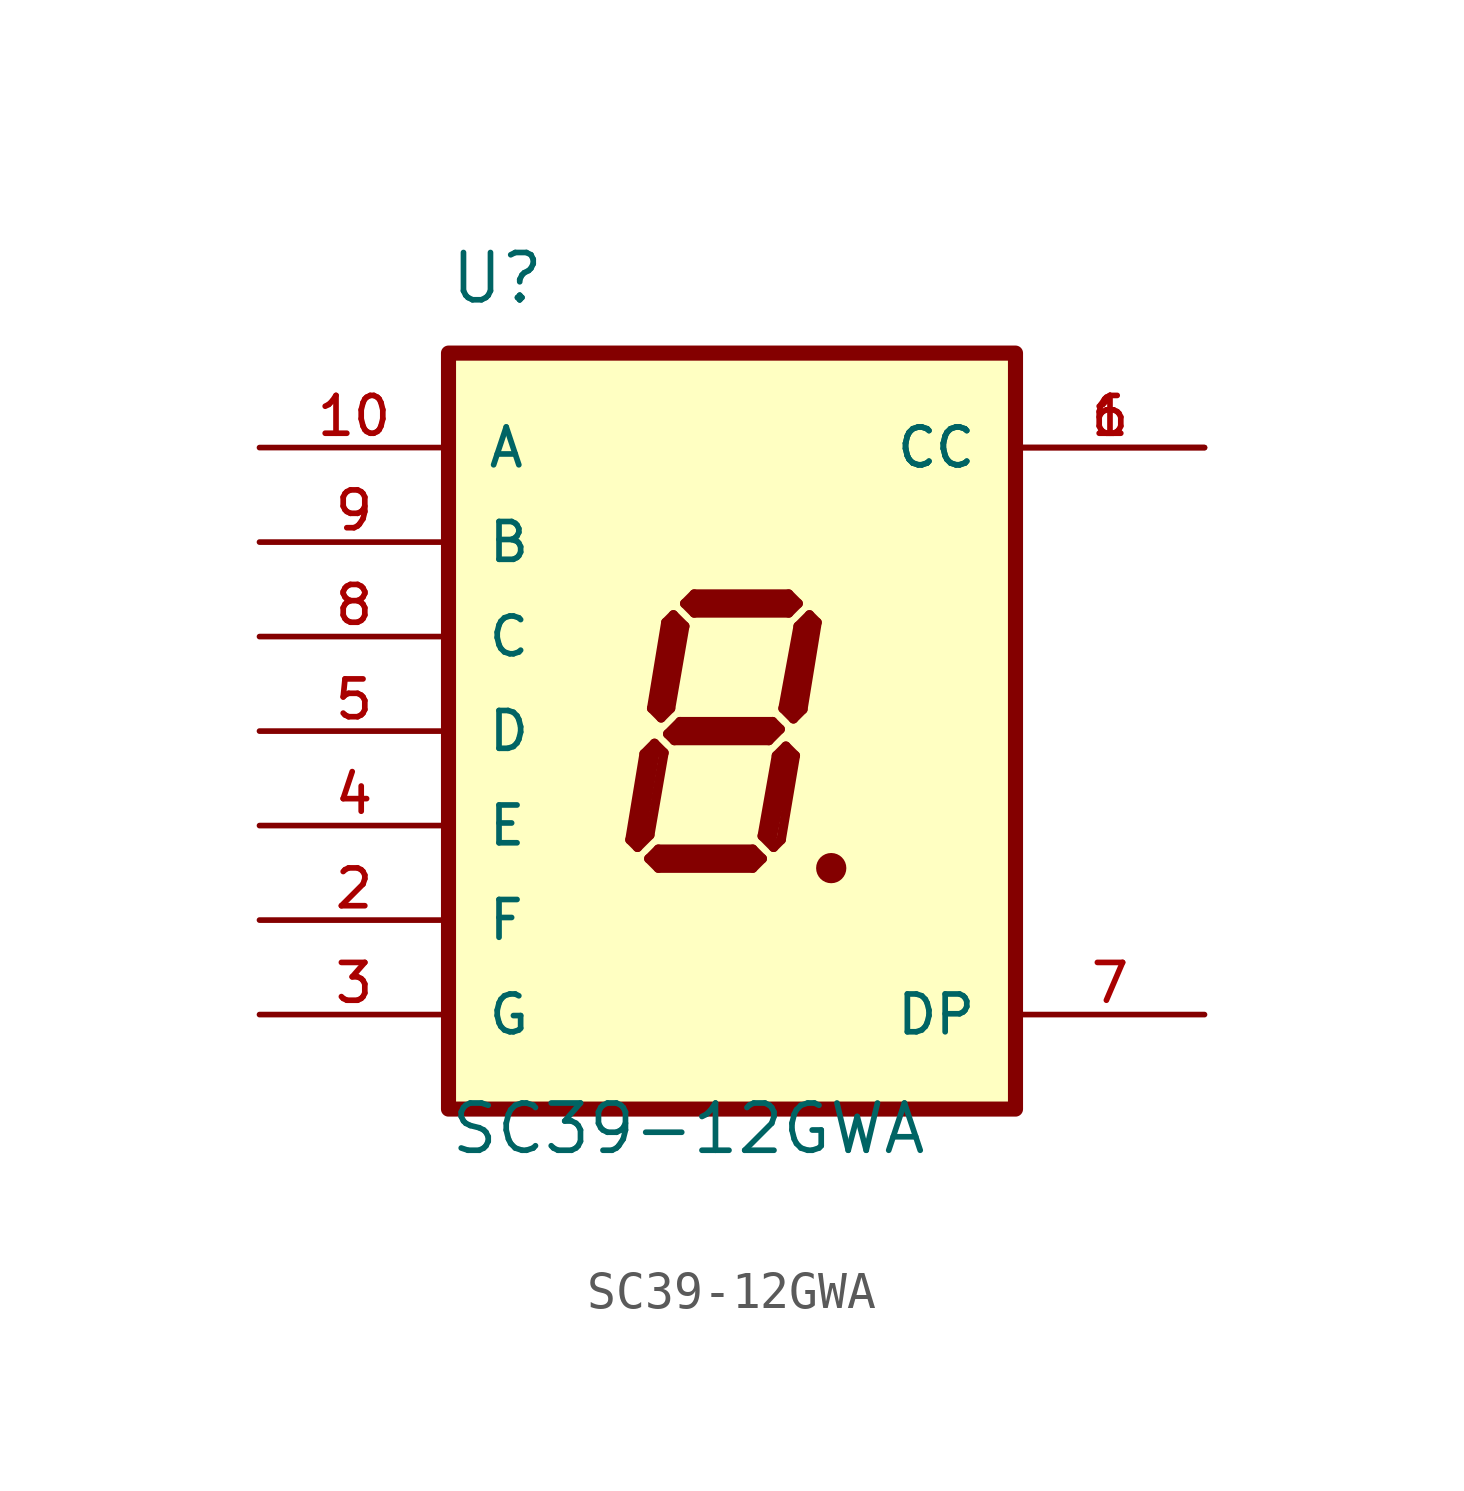
<source format=kicad_sym>
(kicad_symbol_lib
  (version 20211014)
  (generator kicad_symbol_editor)
  (symbol "SC39-12GWA"
    (pin_names
      (offset 1.016))
    (property "Reference" "U"
      (at -7.62 11.43 0)
      (effects (font (size 1.27 1.27)) (justify left bottom)))
    (property "Value" "SC39-12GWA"
      (at -7.62 -11.43 0)
      (effects (font (size 1.27 1.27)) (justify left bottom)))
    (symbol "SC39-12GWA_0_0"
      (rectangle (start -7.62 -10.16) (end 7.62 10.16) (stroke (width 0.406) (type default) (color 0 0 0 0)) (fill (type background)))
      (polyline (pts (xy -2.743 -2.921) (xy -2.54 -3.124)) (stroke (width 0.254) (type default) (color 0 0 0 0)) (fill (type none)))
      (polyline (pts (xy -2.54 -3.124) (xy -2.21 -2.794)) (stroke (width 0.254) (type default) (color 0 0 0 0)) (fill (type none)))
      (polyline (pts (xy -2.54 -2.921) (xy -2.159 -0.635)) (stroke (width 0.406) (type default) (color 0 0 0 0)) (fill (type none)))
      (polyline (pts (xy -2.362 -0.61) (xy -2.743 -2.921)) (stroke (width 0.254) (type default) (color 0 0 0 0)) (fill (type none)))
      (polyline (pts (xy -2.235 -3.429) (xy -1.981 -3.175)) (stroke (width 0.254) (type default) (color 0 0 0 0)) (fill (type none)))
      (polyline (pts (xy -2.21 -2.794) (xy -1.829 -0.584)) (stroke (width 0.254) (type default) (color 0 0 0 0)) (fill (type none)))
      (polyline (pts (xy -2.159 0.61) (xy -1.778 2.921)) (stroke (width 0.254) (type default) (color 0 0 0 0)) (fill (type none)))
      (polyline (pts (xy -2.083 -0.33) (xy -2.362 -0.61)) (stroke (width 0.254) (type default) (color 0 0 0 0)) (fill (type none)))
      (polyline (pts (xy -2.083 -0.33) (xy -1.829 -0.584)) (stroke (width 0.254) (type default) (color 0 0 0 0)) (fill (type none)))
      (polyline (pts (xy -1.981 -3.683) (xy -2.235 -3.429)) (stroke (width 0.254) (type default) (color 0 0 0 0)) (fill (type none)))
      (polyline (pts (xy -1.981 -3.175) (xy 0.559 -3.175)) (stroke (width 0.254) (type default) (color 0 0 0 0)) (fill (type none)))
      (polyline (pts (xy -1.905 0.356) (xy -2.159 0.61)) (stroke (width 0.254) (type default) (color 0 0 0 0)) (fill (type none)))
      (polyline (pts (xy -1.778 2.921) (xy -1.575 3.124)) (stroke (width 0.254) (type default) (color 0 0 0 0)) (fill (type none)))
      (polyline (pts (xy -1.727 -0.076) (xy -1.397 0.254)) (stroke (width 0.254) (type default) (color 0 0 0 0)) (fill (type none)))
      (polyline (pts (xy -1.651 0.61) (xy -1.905 0.356)) (stroke (width 0.254) (type default) (color 0 0 0 0)) (fill (type none)))
      (polyline (pts (xy -1.575 3.124) (xy -1.27 2.819)) (stroke (width 0.254) (type default) (color 0 0 0 0)) (fill (type none)))
      (polyline (pts (xy -1.549 -0.254) (xy -1.727 -0.076)) (stroke (width 0.254) (type default) (color 0 0 0 0)) (fill (type none)))
      (polyline (pts (xy -1.524 0) (xy 1.016 0)) (stroke (width 0.406) (type default) (color 0 0 0 0)) (fill (type none)))
      (polyline (pts (xy -1.524 2.794) (xy -1.905 0.635)) (stroke (width 0.406) (type default) (color 0 0 0 0)) (fill (type none)))
      (polyline (pts (xy -1.397 0.254) (xy 1.092 0.254)) (stroke (width 0.254) (type default) (color 0 0 0 0)) (fill (type none)))
      (polyline (pts (xy -1.27 2.819) (xy -1.651 0.61)) (stroke (width 0.254) (type default) (color 0 0 0 0)) (fill (type none)))
      (polyline (pts (xy -1.27 3.429) (xy -1.016 3.683)) (stroke (width 0.254) (type default) (color 0 0 0 0)) (fill (type none)))
      (polyline (pts (xy -1.016 3.175) (xy -1.27 3.429)) (stroke (width 0.254) (type default) (color 0 0 0 0)) (fill (type none)))
      (polyline (pts (xy -1.016 3.683) (xy 1.524 3.683)) (stroke (width 0.254) (type default) (color 0 0 0 0)) (fill (type none)))
      (polyline (pts (xy 0.508 -3.429) (xy -1.905 -3.429)) (stroke (width 0.406) (type default) (color 0 0 0 0)) (fill (type none)))
      (polyline (pts (xy 0.559 -3.683) (xy -1.981 -3.683)) (stroke (width 0.254) (type default) (color 0 0 0 0)) (fill (type none)))
      (polyline (pts (xy 0.559 -3.175) (xy 0.813 -3.429)) (stroke (width 0.254) (type default) (color 0 0 0 0)) (fill (type none)))
      (polyline (pts (xy 0.813 -3.429) (xy 0.559 -3.683)) (stroke (width 0.254) (type default) (color 0 0 0 0)) (fill (type none)))
      (polyline (pts (xy 0.813 -2.819) (xy 1.118 -3.124)) (stroke (width 0.254) (type default) (color 0 0 0 0)) (fill (type none)))
      (polyline (pts (xy 0.991 -0.254) (xy -1.549 -0.254)) (stroke (width 0.254) (type default) (color 0 0 0 0)) (fill (type none)))
      (polyline (pts (xy 1.092 0.254) (xy 1.295 0.051)) (stroke (width 0.254) (type default) (color 0 0 0 0)) (fill (type none)))
      (polyline (pts (xy 1.118 -3.124) (xy 1.321 -2.921)) (stroke (width 0.254) (type default) (color 0 0 0 0)) (fill (type none)))
      (polyline (pts (xy 1.194 -0.66) (xy 0.813 -2.819)) (stroke (width 0.254) (type default) (color 0 0 0 0)) (fill (type none)))
      (polyline (pts (xy 1.295 0.051) (xy 0.991 -0.254)) (stroke (width 0.254) (type default) (color 0 0 0 0)) (fill (type none)))
      (polyline (pts (xy 1.321 -2.921) (xy 1.702 -0.66)) (stroke (width 0.254) (type default) (color 0 0 0 0)) (fill (type none)))
      (polyline (pts (xy 1.372 0.61) (xy 1.651 0.33)) (stroke (width 0.254) (type default) (color 0 0 0 0)) (fill (type none)))
      (polyline (pts (xy 1.397 -0.762) (xy 1.016 -2.794)) (stroke (width 0.406) (type default) (color 0 0 0 0)) (fill (type none)))
      (polyline (pts (xy 1.448 -0.406) (xy 1.194 -0.66)) (stroke (width 0.254) (type default) (color 0 0 0 0)) (fill (type none)))
      (polyline (pts (xy 1.524 3.175) (xy -1.016 3.175)) (stroke (width 0.254) (type default) (color 0 0 0 0)) (fill (type none)))
      (polyline (pts (xy 1.524 3.429) (xy -1.016 3.429)) (stroke (width 0.406) (type default) (color 0 0 0 0)) (fill (type none)))
      (polyline (pts (xy 1.524 3.683) (xy 1.778 3.429)) (stroke (width 0.254) (type default) (color 0 0 0 0)) (fill (type none)))
      (polyline (pts (xy 1.651 0.33) (xy 1.905 0.584)) (stroke (width 0.254) (type default) (color 0 0 0 0)) (fill (type none)))
      (polyline (pts (xy 1.702 -0.66) (xy 1.448 -0.406)) (stroke (width 0.254) (type default) (color 0 0 0 0)) (fill (type none)))
      (polyline (pts (xy 1.778 2.819) (xy 1.372 0.61)) (stroke (width 0.254) (type default) (color 0 0 0 0)) (fill (type none)))
      (polyline (pts (xy 1.778 3.429) (xy 1.524 3.175)) (stroke (width 0.254) (type default) (color 0 0 0 0)) (fill (type none)))
      (polyline (pts (xy 1.905 0.584) (xy 2.286 2.921)) (stroke (width 0.254) (type default) (color 0 0 0 0)) (fill (type none)))
      (polyline (pts (xy 2.032 2.794) (xy 1.651 0.635)) (stroke (width 0.406) (type default) (color 0 0 0 0)) (fill (type none)))
      (polyline (pts (xy 2.083 3.124) (xy 1.778 2.819)) (stroke (width 0.254) (type default) (color 0 0 0 0)) (fill (type none)))
      (polyline (pts (xy 2.286 2.921) (xy 2.083 3.124)) (stroke (width 0.254) (type default) (color 0 0 0 0)) (fill (type none)))
      (polyline (pts (xy 2.54 -3.683) (xy 2.794 -3.683)) (stroke (width 0.305) (type default) (color 0 0 0 0)) (fill (type none)))
      (circle (center 2.667 -3.683) (radius 0.254) (stroke (width 0.305) (type default) (color 0 0 0 0)) (fill (type none)))
      (pin passive line (at 12.7 7.62 180) (length 5.08) (name "CC" (effects (font (size 1.016 1.016)))) (number "1" (effects (font (size 1.016 1.016)))))
      (pin passive line (at -12.7 7.62 0) (length 5.08) (name "A" (effects (font (size 1.016 1.016)))) (number "10" (effects (font (size 1.016 1.016)))))
      (pin passive line (at -12.7 -5.08 0) (length 5.08) (name "F" (effects (font (size 1.016 1.016)))) (number "2" (effects (font (size 1.016 1.016)))))
      (pin passive line (at -12.7 -7.62 0) (length 5.08) (name "G" (effects (font (size 1.016 1.016)))) (number "3" (effects (font (size 1.016 1.016)))))
      (pin passive line (at -12.7 -2.54 0) (length 5.08) (name "E" (effects (font (size 1.016 1.016)))) (number "4" (effects (font (size 1.016 1.016)))))
      (pin passive line (at -12.7 0 0) (length 5.08) (name "D" (effects (font (size 1.016 1.016)))) (number "5" (effects (font (size 1.016 1.016)))))
      (pin passive line (at 12.7 7.62 180) (length 5.08) (name "CC" (effects (font (size 1.016 1.016)))) (number "6" (effects (font (size 1.016 1.016)))))
      (pin passive line (at 12.7 -7.62 180) (length 5.08) (name "DP" (effects (font (size 1.016 1.016)))) (number "7" (effects (font (size 1.016 1.016)))))
      (pin passive line (at -12.7 2.54 0) (length 5.08) (name "C" (effects (font (size 1.016 1.016)))) (number "8" (effects (font (size 1.016 1.016)))))
      (pin passive line (at -12.7 5.08 0) (length 5.08) (name "B" (effects (font (size 1.016 1.016)))) (number "9" (effects (font (size 1.016 1.016))))))))
</source>
